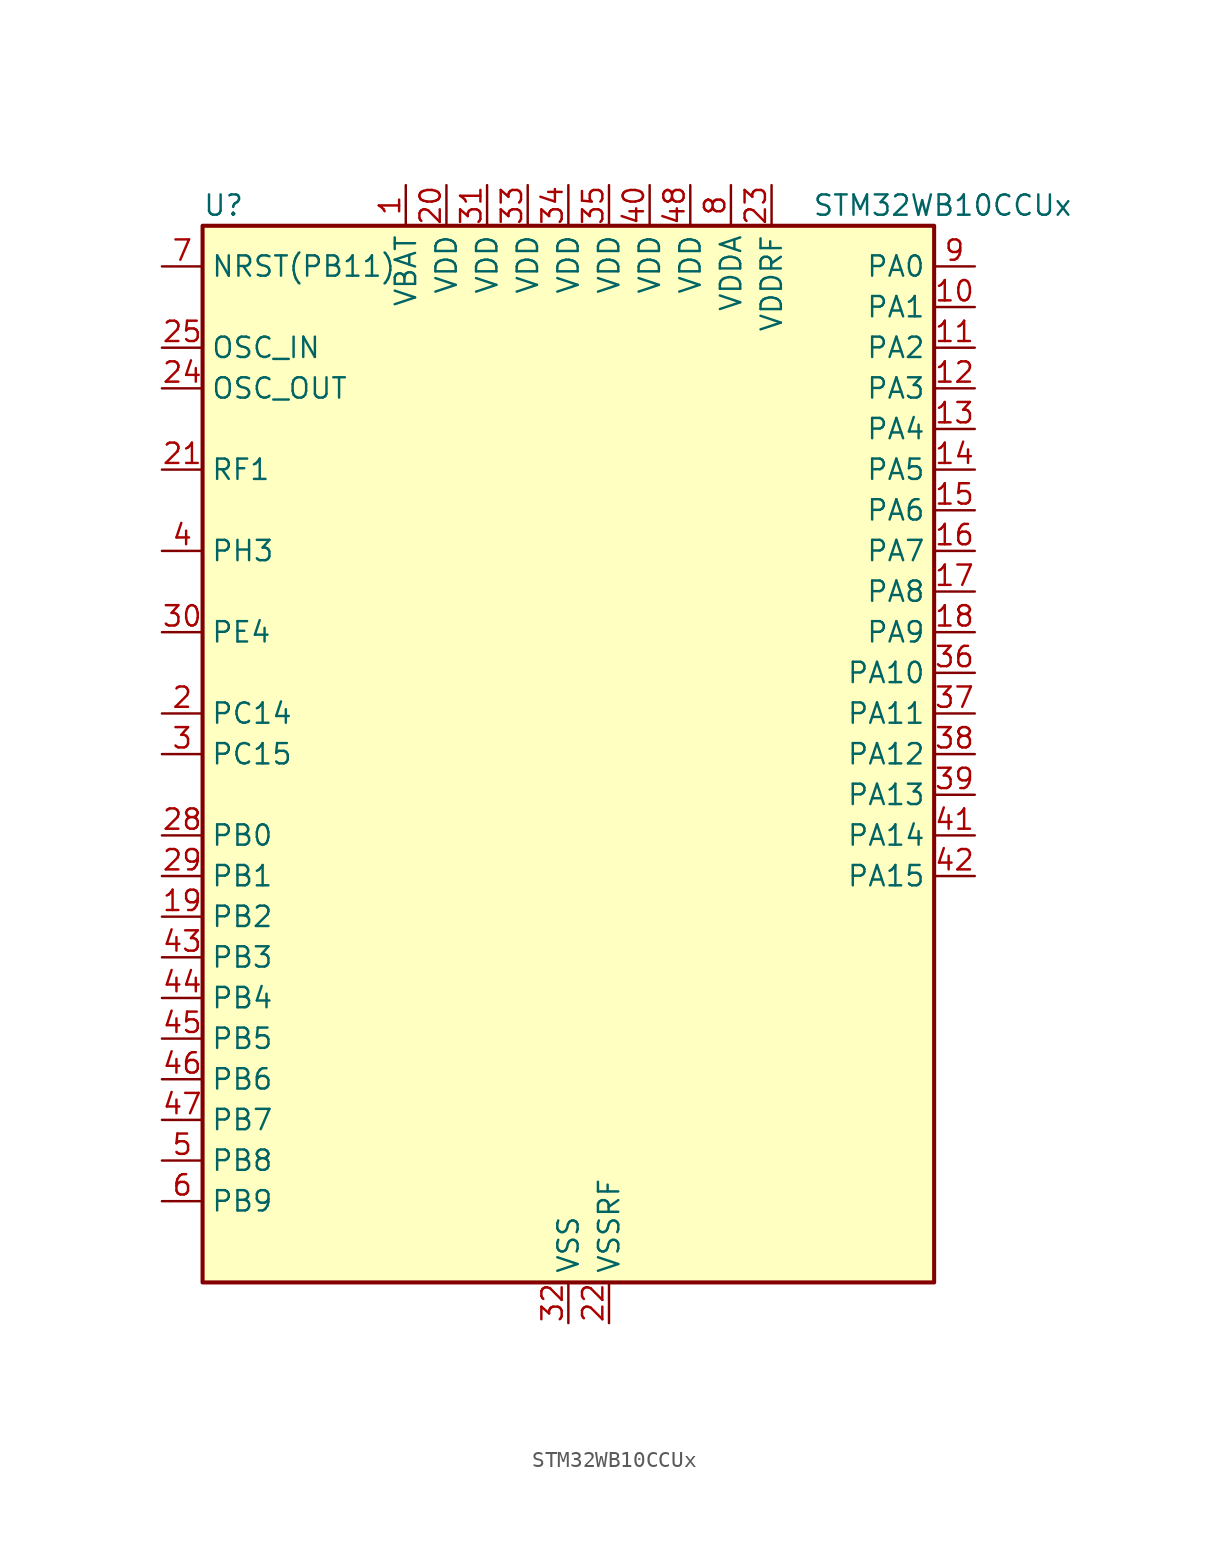
<source format=kicad_sym>
(kicad_symbol_lib
  (version 20231120)
  (generator "kicad_symbol_editor")
  (generator_version "8.0")
  (symbol "STM32WB10CCUx"
    (property "Reference" "U"
      (at -22.86 34.29 0)
      (effects (font (size 1.27 1.27)) (justify left)))
    (property "Value" "STM32WB10CCUx"
      (at 15.24 34.29 0)
      (effects (font (size 1.27 1.27)) (justify left)))
    (property "ki_locked" ""
      (at 0 0 0)
      (effects (font (size 1.27 1.27))))
    (symbol "STM32WB10CCUx_0_1"
      (rectangle (start -22.86 -33.02) (end 22.86 33.02) (stroke (width 0.254) (type default)) (fill (type background))))
    (symbol "STM32WB10CCUx_1_1"
      (pin power_in line (at -10.16 35.56 270) (length 2.54) (name "VBAT" (effects (font (size 1.27 1.27)))) (number "1" (effects (font (size 1.27 1.27)))))
      (pin bidirectional line (at 25.4 27.94 180) (length 2.54) (name "PA1" (effects (font (size 1.27 1.27)))) (number "10" (effects (font (size 1.27 1.27)))) (alternate "ADC1_IN6" bidirectional line) (alternate "I2C1_SMBA" bidirectional line) (alternate "SPI1_SCK" bidirectional line) (alternate "TIM2_CH2" bidirectional line))
      (pin bidirectional line (at 25.4 25.4 180) (length 2.54) (name "PA2" (effects (font (size 1.27 1.27)))) (number "11" (effects (font (size 1.27 1.27)))) (alternate "ADC1_IN7" bidirectional line) (alternate "RCC_LSCO" bidirectional line) (alternate "SYS_WKUP4" bidirectional line) (alternate "TIM2_CH3" bidirectional line))
      (pin bidirectional line (at 25.4 22.86 180) (length 2.54) (name "PA3" (effects (font (size 1.27 1.27)))) (number "12" (effects (font (size 1.27 1.27)))) (alternate "ADC1_IN8" bidirectional line) (alternate "TIM2_CH4" bidirectional line))
      (pin bidirectional line (at 25.4 20.32 180) (length 2.54) (name "PA4" (effects (font (size 1.27 1.27)))) (number "13" (effects (font (size 1.27 1.27)))) (alternate "ADC1_IN9" bidirectional line) (alternate "LPTIM2_OUT" bidirectional line) (alternate "SPI1_NSS" bidirectional line))
      (pin bidirectional line (at 25.4 17.78 180) (length 2.54) (name "PA5" (effects (font (size 1.27 1.27)))) (number "14" (effects (font (size 1.27 1.27)))) (alternate "ADC1_IN10" bidirectional line) (alternate "LPTIM2_ETR" bidirectional line) (alternate "SPI1_MOSI" bidirectional line) (alternate "SPI1_SCK" bidirectional line) (alternate "TIM2_CH1" bidirectional line) (alternate "TIM2_ETR" bidirectional line))
      (pin bidirectional line (at 25.4 15.24 180) (length 2.54) (name "PA6" (effects (font (size 1.27 1.27)))) (number "15" (effects (font (size 1.27 1.27)))) (alternate "ADC1_IN11" bidirectional line) (alternate "SPI1_MISO" bidirectional line) (alternate "TIM1_BKIN" bidirectional line))
      (pin bidirectional line (at 25.4 12.7 180) (length 2.54) (name "PA7" (effects (font (size 1.27 1.27)))) (number "16" (effects (font (size 1.27 1.27)))) (alternate "ADC1_IN2" bidirectional line) (alternate "SPI1_MOSI" bidirectional line) (alternate "TIM1_CH1N" bidirectional line))
      (pin bidirectional line (at 25.4 10.16 180) (length 2.54) (name "PA8" (effects (font (size 1.27 1.27)))) (number "17" (effects (font (size 1.27 1.27)))) (alternate "ADC1_IN3" bidirectional line) (alternate "LPTIM2_OUT" bidirectional line) (alternate "RCC_MCO" bidirectional line) (alternate "TIM1_CH1" bidirectional line) (alternate "USART1_CK" bidirectional line))
      (pin bidirectional line (at 25.4 7.62 180) (length 2.54) (name "PA9" (effects (font (size 1.27 1.27)))) (number "18" (effects (font (size 1.27 1.27)))) (alternate "ADC1_IN4" bidirectional line) (alternate "I2C1_SCL" bidirectional line) (alternate "TIM1_CH2" bidirectional line) (alternate "USART1_TX" bidirectional line))
      (pin bidirectional line (at -25.4 -10.16 0) (length 2.54) (name "PB2" (effects (font (size 1.27 1.27)))) (number "19" (effects (font (size 1.27 1.27)))) (alternate "LPTIM1_OUT" bidirectional line) (alternate "RTC_OUT" bidirectional line) (alternate "SPI1_NSS" bidirectional line))
      (pin bidirectional line (at -25.4 2.54 0) (length 2.54) (name "PC14" (effects (font (size 1.27 1.27)))) (number "2" (effects (font (size 1.27 1.27)))) (alternate "RCC_OSC32_IN" bidirectional line))
      (pin power_in line (at -7.62 35.56 270) (length 2.54) (name "VDD" (effects (font (size 1.27 1.27)))) (number "20" (effects (font (size 1.27 1.27)))))
      (pin bidirectional line (at -25.4 17.78 0) (length 2.54) (name "RF1" (effects (font (size 1.27 1.27)))) (number "21" (effects (font (size 1.27 1.27)))) (alternate "RF_RF1" bidirectional line))
      (pin power_in line (at 2.54 -35.56 90) (length 2.54) (name "VSSRF" (effects (font (size 1.27 1.27)))) (number "22" (effects (font (size 1.27 1.27)))))
      (pin power_in line (at 12.7 35.56 270) (length 2.54) (name "VDDRF" (effects (font (size 1.27 1.27)))) (number "23" (effects (font (size 1.27 1.27)))))
      (pin input line (at -25.4 22.86 0) (length 2.54) (name "OSC_OUT" (effects (font (size 1.27 1.27)))) (number "24" (effects (font (size 1.27 1.27)))) (alternate "RCC_OSC_OUT" bidirectional line))
      (pin input line (at -25.4 25.4 0) (length 2.54) (name "OSC_IN" (effects (font (size 1.27 1.27)))) (number "25" (effects (font (size 1.27 1.27)))) (alternate "RCC_OSC_IN" bidirectional line))
      (pin no_connect line (at -22.86 -33.02 0) (length 2.54) hide (name "AT0" (effects (font (size 1.27 1.27)))) (number "26" (effects (font (size 1.27 1.27)))))
      (pin no_connect line (at -22.86 -30.48 0) (length 2.54) hide (name "AT1" (effects (font (size 1.27 1.27)))) (number "27" (effects (font (size 1.27 1.27)))))
      (pin bidirectional line (at -25.4 -5.08 0) (length 2.54) (name "PB0" (effects (font (size 1.27 1.27)))) (number "28" (effects (font (size 1.27 1.27)))) (alternate "RF_TX_MOD_EXT_PA" bidirectional line))
      (pin bidirectional line (at -25.4 -7.62 0) (length 2.54) (name "PB1" (effects (font (size 1.27 1.27)))) (number "29" (effects (font (size 1.27 1.27)))) (alternate "LPTIM2_IN1" bidirectional line))
      (pin bidirectional line (at -25.4 0 0) (length 2.54) (name "PC15" (effects (font (size 1.27 1.27)))) (number "3" (effects (font (size 1.27 1.27)))) (alternate "RCC_OSC32_OUT" bidirectional line))
      (pin bidirectional line (at -25.4 7.62 0) (length 2.54) (name "PE4" (effects (font (size 1.27 1.27)))) (number "30" (effects (font (size 1.27 1.27)))))
      (pin power_in line (at -5.08 35.56 270) (length 2.54) (name "VDD" (effects (font (size 1.27 1.27)))) (number "31" (effects (font (size 1.27 1.27)))))
      (pin power_in line (at 0 -35.56 90) (length 2.54) (name "VSS" (effects (font (size 1.27 1.27)))) (number "32" (effects (font (size 1.27 1.27)))))
      (pin power_in line (at -2.54 35.56 270) (length 2.54) (name "VDD" (effects (font (size 1.27 1.27)))) (number "33" (effects (font (size 1.27 1.27)))))
      (pin power_in line (at 0 35.56 270) (length 2.54) (name "VDD" (effects (font (size 1.27 1.27)))) (number "34" (effects (font (size 1.27 1.27)))))
      (pin power_in line (at 2.54 35.56 270) (length 2.54) (name "VDD" (effects (font (size 1.27 1.27)))) (number "35" (effects (font (size 1.27 1.27)))))
      (pin bidirectional line (at 25.4 5.08 180) (length 2.54) (name "PA10" (effects (font (size 1.27 1.27)))) (number "36" (effects (font (size 1.27 1.27)))) (alternate "I2C1_SDA" bidirectional line) (alternate "TIM1_CH3" bidirectional line) (alternate "TSC_G7_IO2" bidirectional line) (alternate "USART1_RX" bidirectional line))
      (pin bidirectional line (at 25.4 2.54 180) (length 2.54) (name "PA11" (effects (font (size 1.27 1.27)))) (number "37" (effects (font (size 1.27 1.27)))) (alternate "ADC1_EXTI11" bidirectional line) (alternate "SPI1_MISO" bidirectional line) (alternate "TIM1_BKIN2" bidirectional line) (alternate "TIM1_CH4" bidirectional line) (alternate "USART1_CTS" bidirectional line) (alternate "USART1_NSS" bidirectional line))
      (pin bidirectional line (at 25.4 0 180) (length 2.54) (name "PA12" (effects (font (size 1.27 1.27)))) (number "38" (effects (font (size 1.27 1.27)))) (alternate "SPI1_MOSI" bidirectional line) (alternate "TIM1_ETR" bidirectional line) (alternate "USART1_DE" bidirectional line) (alternate "USART1_RTS" bidirectional line))
      (pin bidirectional line (at 25.4 -2.54 180) (length 2.54) (name "PA13" (effects (font (size 1.27 1.27)))) (number "39" (effects (font (size 1.27 1.27)))) (alternate "SPI1_MOSI" bidirectional line) (alternate "SYS_JTMS-SWDIO" bidirectional line) (alternate "TSC_G7_IO1" bidirectional line))
      (pin bidirectional line (at -25.4 12.7 0) (length 2.54) (name "PH3" (effects (font (size 1.27 1.27)))) (number "4" (effects (font (size 1.27 1.27)))) (alternate "RCC_LSCO" bidirectional line))
      (pin power_in line (at 5.08 35.56 270) (length 2.54) (name "VDD" (effects (font (size 1.27 1.27)))) (number "40" (effects (font (size 1.27 1.27)))))
      (pin bidirectional line (at 25.4 -5.08 180) (length 2.54) (name "PA14" (effects (font (size 1.27 1.27)))) (number "41" (effects (font (size 1.27 1.27)))) (alternate "I2C1_SMBA" bidirectional line) (alternate "LPTIM1_OUT" bidirectional line) (alternate "SPI1_NSS" bidirectional line) (alternate "SYS_JTCK-SWCLK" bidirectional line))
      (pin bidirectional line (at 25.4 -7.62 180) (length 2.54) (name "PA15" (effects (font (size 1.27 1.27)))) (number "42" (effects (font (size 1.27 1.27)))) (alternate "RCC_MCO" bidirectional line) (alternate "SPI1_NSS" bidirectional line) (alternate "SYS_JTDI" bidirectional line) (alternate "TIM2_CH1" bidirectional line) (alternate "TIM2_ETR" bidirectional line))
      (pin bidirectional line (at -25.4 -12.7 0) (length 2.54) (name "PB3" (effects (font (size 1.27 1.27)))) (number "43" (effects (font (size 1.27 1.27)))) (alternate "SPI1_SCK" bidirectional line) (alternate "SYS_JTDO-SWO" bidirectional line) (alternate "TIM2_CH2" bidirectional line) (alternate "USART1_DE" bidirectional line) (alternate "USART1_RTS" bidirectional line))
      (pin bidirectional line (at -25.4 -15.24 0) (length 2.54) (name "PB4" (effects (font (size 1.27 1.27)))) (number "44" (effects (font (size 1.27 1.27)))) (alternate "SPI1_MISO" bidirectional line) (alternate "SYS_JTRST" bidirectional line) (alternate "TSC_G2_IO1" bidirectional line) (alternate "USART1_CTS" bidirectional line) (alternate "USART1_NSS" bidirectional line))
      (pin bidirectional line (at -25.4 -17.78 0) (length 2.54) (name "PB5" (effects (font (size 1.27 1.27)))) (number "45" (effects (font (size 1.27 1.27)))) (alternate "I2C1_SMBA" bidirectional line) (alternate "LPTIM1_IN1" bidirectional line) (alternate "SPI1_MOSI" bidirectional line) (alternate "TSC_G2_IO2" bidirectional line) (alternate "USART1_CK" bidirectional line))
      (pin bidirectional line (at -25.4 -20.32 0) (length 2.54) (name "PB6" (effects (font (size 1.27 1.27)))) (number "46" (effects (font (size 1.27 1.27)))) (alternate "I2C1_SCL" bidirectional line) (alternate "LPTIM1_ETR" bidirectional line) (alternate "RCC_MCO" bidirectional line) (alternate "SPI1_NSS" bidirectional line) (alternate "TSC_G2_IO3" bidirectional line) (alternate "USART1_TX" bidirectional line))
      (pin bidirectional line (at -25.4 -22.86 0) (length 2.54) (name "PB7" (effects (font (size 1.27 1.27)))) (number "47" (effects (font (size 1.27 1.27)))) (alternate "I2C1_SDA" bidirectional line) (alternate "LPTIM1_IN2" bidirectional line) (alternate "SYS_PVD_IN" bidirectional line) (alternate "TIM1_BKIN" bidirectional line) (alternate "TIM1_CH3" bidirectional line) (alternate "TSC_G2_IO4" bidirectional line) (alternate "USART1_RX" bidirectional line))
      (pin power_in line (at 7.62 35.56 270) (length 2.54) (name "VDD" (effects (font (size 1.27 1.27)))) (number "48" (effects (font (size 1.27 1.27)))))
      (pin passive line (at 0 -35.56 90) (length 2.54) hide (name "VSS" (effects (font (size 1.27 1.27)))) (number "49" (effects (font (size 1.27 1.27)))))
      (pin bidirectional line (at -25.4 -25.4 0) (length 2.54) (name "PB8" (effects (font (size 1.27 1.27)))) (number "5" (effects (font (size 1.27 1.27)))) (alternate "I2C1_SCL" bidirectional line) (alternate "TIM1_CH2N" bidirectional line) (alternate "TSC_G7_IO3" bidirectional line))
      (pin bidirectional line (at -25.4 -27.94 0) (length 2.54) (name "PB9" (effects (font (size 1.27 1.27)))) (number "6" (effects (font (size 1.27 1.27)))) (alternate "I2C1_SDA" bidirectional line) (alternate "TIM1_CH3N" bidirectional line) (alternate "TSC_G7_IO4" bidirectional line))
      (pin input line (at -25.4 30.48 0) (length 2.54) (name "NRST(PB11)" (effects (font (size 1.27 1.27)))) (number "7" (effects (font (size 1.27 1.27)))))
      (pin power_in line (at 10.16 35.56 270) (length 2.54) (name "VDDA" (effects (font (size 1.27 1.27)))) (number "8" (effects (font (size 1.27 1.27)))))
      (pin bidirectional line (at 25.4 30.48 180) (length 2.54) (name "PA0" (effects (font (size 1.27 1.27)))) (number "9" (effects (font (size 1.27 1.27)))) (alternate "ADC1_IN5" bidirectional line) (alternate "RTC_TAMP2" bidirectional line) (alternate "SYS_WKUP1" bidirectional line) (alternate "TIM2_CH1" bidirectional line) (alternate "TIM2_ETR" bidirectional line)))))
</source>
